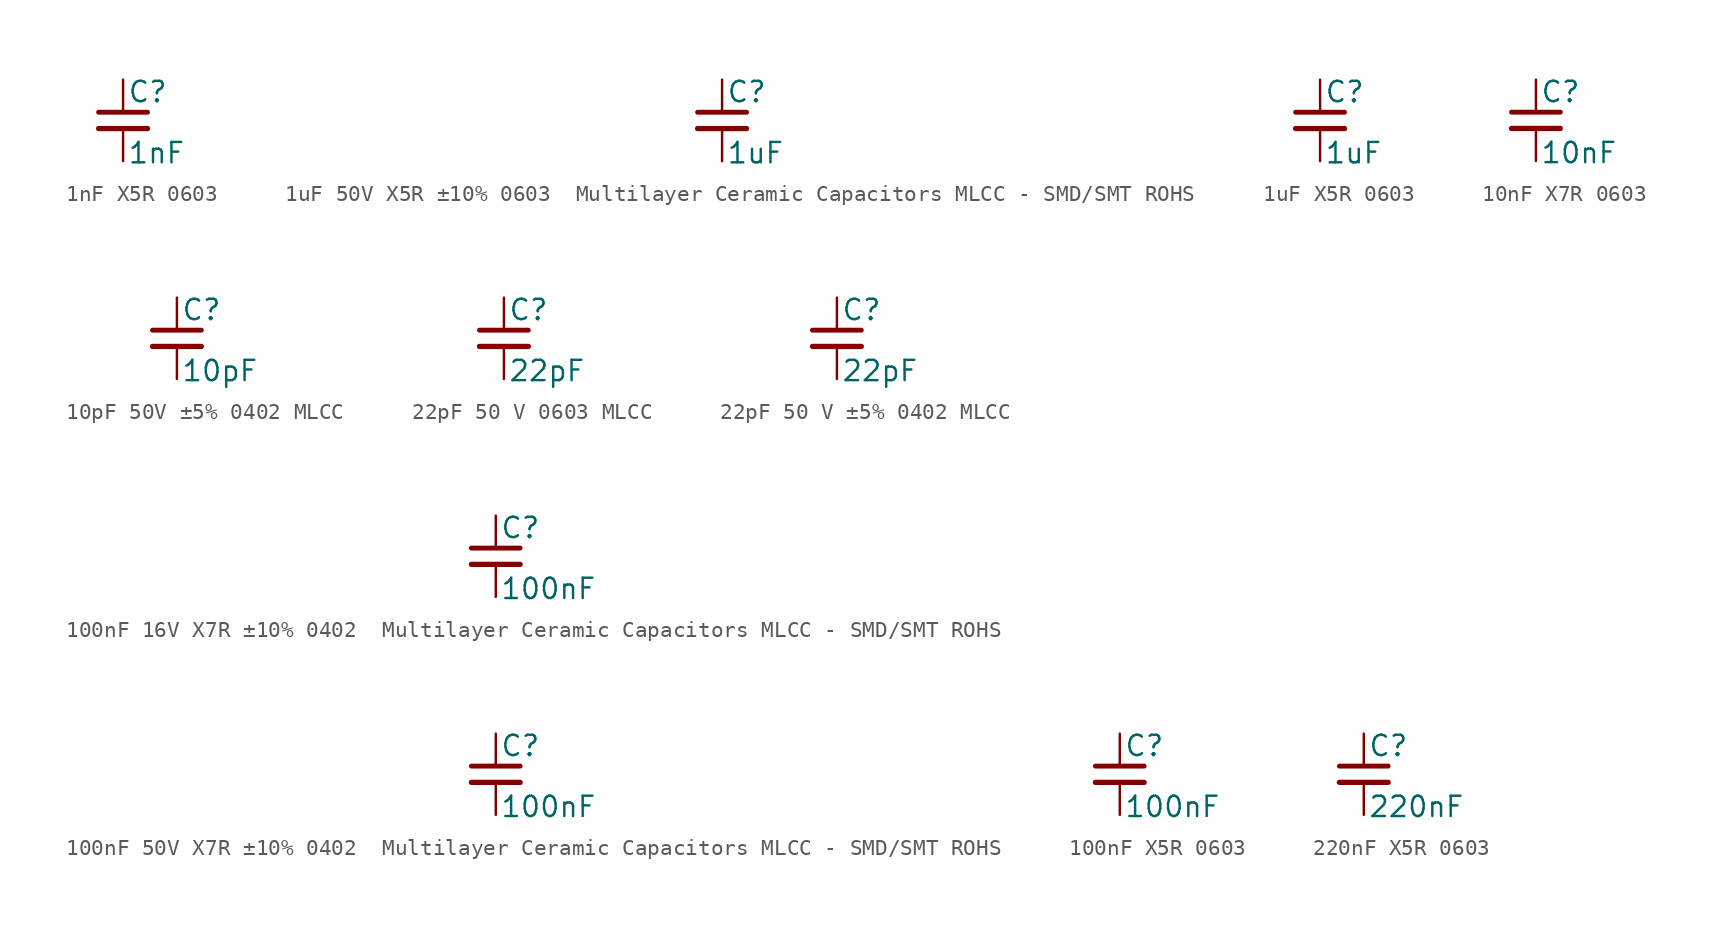
<source format=kicad_sym>
(kicad_symbol_lib
  (version 20231120)
  (generator "kicad_symbol_editor")
  (generator_version "8.0")
  (symbol "1nF X5R 0603"
    (pin_numbers hide)
    (pin_names
      (offset 0.254) hide)
    (property "Reference" "C"
      (at 0.254 1.778 0)
      (effects (font (size 1.27 1.27)) (justify left)))
    (property "Value" "1nF"
      (at 0.254 -2.032 0)
      (effects (font (size 1.27 1.27)) (justify left)))
    (symbol "1nF X5R 0603_0_1"
      (polyline (pts (xy -1.524 -0.508) (xy 1.524 -0.508)) (stroke (width 0.33) (type default)) (fill (type none)))
      (polyline (pts (xy -1.524 0.508) (xy 1.524 0.508)) (stroke (width 0.305) (type default)) (fill (type none))))
    (symbol "1nF X5R 0603_1_1"
      (pin passive line (at 0 2.54 270) (length 2.032) (name "~" (effects (font (size 1.27 1.27)))) (number "1" (effects (font (size 1.27 1.27)))))
      (pin passive line (at 0 -2.54 90) (length 2.032) (name "~" (effects (font (size 1.27 1.27)))) (number "2" (effects (font (size 1.27 1.27)))))))
  (symbol "1uF 50V X5R ±10% 0603  Multilayer Ceramic Capacitors MLCC - SMD/SMT ROHS"
    (pin_numbers hide)
    (pin_names
      (offset 0.254) hide)
    (property "Reference" "C"
      (at 0.254 1.778 0)
      (effects (font (size 1.27 1.27)) (justify left)))
    (property "Value" "1uF"
      (at 0.254 -2.032 0)
      (effects (font (size 1.27 1.27)) (justify left)))
    (symbol "1uF 50V X5R ±10% 0603  Multilayer Ceramic Capacitors MLCC - SMD/SMT ROHS_0_1"
      (polyline (pts (xy -1.524 -0.508) (xy 1.524 -0.508)) (stroke (width 0.33) (type default)) (fill (type none)))
      (polyline (pts (xy -1.524 0.508) (xy 1.524 0.508)) (stroke (width 0.305) (type default)) (fill (type none))))
    (symbol "1uF 50V X5R ±10% 0603  Multilayer Ceramic Capacitors MLCC - SMD/SMT ROHS_1_1"
      (pin passive line (at 0 2.54 270) (length 2.032) (name "~" (effects (font (size 1.27 1.27)))) (number "1" (effects (font (size 1.27 1.27)))))
      (pin passive line (at 0 -2.54 90) (length 2.032) (name "~" (effects (font (size 1.27 1.27)))) (number "2" (effects (font (size 1.27 1.27)))))))
  (symbol "1uF X5R 0603"
    (pin_numbers hide)
    (pin_names
      (offset 0.254) hide)
    (property "Reference" "C"
      (at 0.254 1.778 0)
      (effects (font (size 1.27 1.27)) (justify left)))
    (property "Value" "1uF"
      (at 0.254 -2.032 0)
      (effects (font (size 1.27 1.27)) (justify left)))
    (symbol "1uF X5R 0603_0_1"
      (polyline (pts (xy -1.524 -0.508) (xy 1.524 -0.508)) (stroke (width 0.33) (type default)) (fill (type none)))
      (polyline (pts (xy -1.524 0.508) (xy 1.524 0.508)) (stroke (width 0.305) (type default)) (fill (type none))))
    (symbol "1uF X5R 0603_1_1"
      (pin passive line (at 0 2.54 270) (length 2.032) (name "~" (effects (font (size 1.27 1.27)))) (number "1" (effects (font (size 1.27 1.27)))))
      (pin passive line (at 0 -2.54 90) (length 2.032) (name "~" (effects (font (size 1.27 1.27)))) (number "2" (effects (font (size 1.27 1.27)))))))
  (symbol "10nF X7R 0603"
    (pin_numbers hide)
    (pin_names
      (offset 0.254) hide)
    (property "Reference" "C"
      (at 0.254 1.778 0)
      (effects (font (size 1.27 1.27)) (justify left)))
    (property "Value" "10nF"
      (at 0.254 -2.032 0)
      (effects (font (size 1.27 1.27)) (justify left)))
    (symbol "10nF X7R 0603_0_1"
      (polyline (pts (xy -1.524 -0.508) (xy 1.524 -0.508)) (stroke (width 0.33) (type default)) (fill (type none)))
      (polyline (pts (xy -1.524 0.508) (xy 1.524 0.508)) (stroke (width 0.305) (type default)) (fill (type none))))
    (symbol "10nF X7R 0603_1_1"
      (pin passive line (at 0 2.54 270) (length 2.032) (name "~" (effects (font (size 1.27 1.27)))) (number "1" (effects (font (size 1.27 1.27)))))
      (pin passive line (at 0 -2.54 90) (length 2.032) (name "~" (effects (font (size 1.27 1.27)))) (number "2" (effects (font (size 1.27 1.27)))))))
  (symbol "10pF 50V ±5% 0402 MLCC"
    (pin_numbers hide)
    (pin_names
      (offset 0.254) hide)
    (property "Reference" "C"
      (at 0.254 1.778 0)
      (effects (font (size 1.27 1.27)) (justify left)))
    (property "Value" "10pF"
      (at 0.254 -2.032 0)
      (effects (font (size 1.27 1.27)) (justify left)))
    (symbol "10pF 50V ±5% 0402 MLCC_0_1"
      (polyline (pts (xy -1.524 -0.508) (xy 1.524 -0.508)) (stroke (width 0.33) (type default)) (fill (type none)))
      (polyline (pts (xy -1.524 0.508) (xy 1.524 0.508)) (stroke (width 0.305) (type default)) (fill (type none))))
    (symbol "10pF 50V ±5% 0402 MLCC_1_1"
      (pin passive line (at 0 2.54 270) (length 2.032) (name "~" (effects (font (size 1.27 1.27)))) (number "1" (effects (font (size 1.27 1.27)))))
      (pin passive line (at 0 -2.54 90) (length 2.032) (name "~" (effects (font (size 1.27 1.27)))) (number "2" (effects (font (size 1.27 1.27)))))))
  (symbol "22pF 50 V 0603 MLCC"
    (pin_numbers hide)
    (pin_names
      (offset 0.254) hide)
    (property "Reference" "C"
      (at 0.254 1.778 0)
      (effects (font (size 1.27 1.27)) (justify left)))
    (property "Value" "22pF"
      (at 0.254 -2.032 0)
      (effects (font (size 1.27 1.27)) (justify left)))
    (symbol "22pF 50 V 0603 MLCC_0_1"
      (polyline (pts (xy -1.524 -0.508) (xy 1.524 -0.508)) (stroke (width 0.33) (type default)) (fill (type none)))
      (polyline (pts (xy -1.524 0.508) (xy 1.524 0.508)) (stroke (width 0.305) (type default)) (fill (type none))))
    (symbol "22pF 50 V 0603 MLCC_1_1"
      (pin passive line (at 0 2.54 270) (length 2.032) (name "~" (effects (font (size 1.27 1.27)))) (number "1" (effects (font (size 1.27 1.27)))))
      (pin passive line (at 0 -2.54 90) (length 2.032) (name "~" (effects (font (size 1.27 1.27)))) (number "2" (effects (font (size 1.27 1.27)))))))
  (symbol "22pF 50 V ±5% 0402 MLCC"
    (pin_numbers hide)
    (pin_names
      (offset 0.254) hide)
    (property "Reference" "C"
      (at 0.254 1.778 0)
      (effects (font (size 1.27 1.27)) (justify left)))
    (property "Value" "22pF"
      (at 0.254 -2.032 0)
      (effects (font (size 1.27 1.27)) (justify left)))
    (symbol "22pF 50 V ±5% 0402 MLCC_0_1"
      (polyline (pts (xy -1.524 -0.508) (xy 1.524 -0.508)) (stroke (width 0.33) (type default)) (fill (type none)))
      (polyline (pts (xy -1.524 0.508) (xy 1.524 0.508)) (stroke (width 0.305) (type default)) (fill (type none))))
    (symbol "22pF 50 V ±5% 0402 MLCC_1_1"
      (pin passive line (at 0 2.54 270) (length 2.032) (name "~" (effects (font (size 1.27 1.27)))) (number "1" (effects (font (size 1.27 1.27)))))
      (pin passive line (at 0 -2.54 90) (length 2.032) (name "~" (effects (font (size 1.27 1.27)))) (number "2" (effects (font (size 1.27 1.27)))))))
  (symbol "100nF 16V X7R ±10% 0402  Multilayer Ceramic Capacitors MLCC - SMD/SMT ROHS"
    (pin_numbers hide)
    (pin_names
      (offset 0.254) hide)
    (property "Reference" "C"
      (at 0.254 1.778 0)
      (effects (font (size 1.27 1.27)) (justify left)))
    (property "Value" "100nF"
      (at 0.254 -2.032 0)
      (effects (font (size 1.27 1.27)) (justify left)))
    (symbol "100nF 16V X7R ±10% 0402  Multilayer Ceramic Capacitors MLCC - SMD/SMT ROHS_0_1"
      (polyline (pts (xy -1.524 -0.508) (xy 1.524 -0.508)) (stroke (width 0.33) (type default)) (fill (type none)))
      (polyline (pts (xy -1.524 0.508) (xy 1.524 0.508)) (stroke (width 0.305) (type default)) (fill (type none))))
    (symbol "100nF 16V X7R ±10% 0402  Multilayer Ceramic Capacitors MLCC - SMD/SMT ROHS_1_1"
      (pin passive line (at 0 2.54 270) (length 2.032) (name "~" (effects (font (size 1.27 1.27)))) (number "1" (effects (font (size 1.27 1.27)))))
      (pin passive line (at 0 -2.54 90) (length 2.032) (name "~" (effects (font (size 1.27 1.27)))) (number "2" (effects (font (size 1.27 1.27)))))))
  (symbol "100nF 50V X7R ±10% 0402  Multilayer Ceramic Capacitors MLCC - SMD/SMT ROHS"
    (pin_numbers hide)
    (pin_names
      (offset 0.254) hide)
    (property "Reference" "C"
      (at 0.254 1.778 0)
      (effects (font (size 1.27 1.27)) (justify left)))
    (property "Value" "100nF"
      (at 0.254 -2.032 0)
      (effects (font (size 1.27 1.27)) (justify left)))
    (symbol "100nF 50V X7R ±10% 0402  Multilayer Ceramic Capacitors MLCC - SMD/SMT ROHS_0_1"
      (polyline (pts (xy -1.524 -0.508) (xy 1.524 -0.508)) (stroke (width 0.33) (type default)) (fill (type none)))
      (polyline (pts (xy -1.524 0.508) (xy 1.524 0.508)) (stroke (width 0.305) (type default)) (fill (type none))))
    (symbol "100nF 50V X7R ±10% 0402  Multilayer Ceramic Capacitors MLCC - SMD/SMT ROHS_1_1"
      (pin passive line (at 0 2.54 270) (length 2.032) (name "~" (effects (font (size 1.27 1.27)))) (number "1" (effects (font (size 1.27 1.27)))))
      (pin passive line (at 0 -2.54 90) (length 2.032) (name "~" (effects (font (size 1.27 1.27)))) (number "2" (effects (font (size 1.27 1.27)))))))
  (symbol "100nF X5R 0603"
    (pin_numbers hide)
    (pin_names
      (offset 0.254) hide)
    (property "Reference" "C"
      (at 0.254 1.778 0)
      (effects (font (size 1.27 1.27)) (justify left)))
    (property "Value" "100nF"
      (at 0.254 -2.032 0)
      (effects (font (size 1.27 1.27)) (justify left)))
    (symbol "100nF X5R 0603_0_1"
      (polyline (pts (xy -1.524 -0.508) (xy 1.524 -0.508)) (stroke (width 0.33) (type default)) (fill (type none)))
      (polyline (pts (xy -1.524 0.508) (xy 1.524 0.508)) (stroke (width 0.305) (type default)) (fill (type none))))
    (symbol "100nF X5R 0603_1_1"
      (pin passive line (at 0 2.54 270) (length 2.032) (name "~" (effects (font (size 1.27 1.27)))) (number "1" (effects (font (size 1.27 1.27)))))
      (pin passive line (at 0 -2.54 90) (length 2.032) (name "~" (effects (font (size 1.27 1.27)))) (number "2" (effects (font (size 1.27 1.27)))))))
  (symbol "220nF X5R 0603"
    (pin_numbers hide)
    (pin_names
      (offset 0.254) hide)
    (property "Reference" "C"
      (at 0.254 1.778 0)
      (effects (font (size 1.27 1.27)) (justify left)))
    (property "Value" "220nF"
      (at 0.254 -2.032 0)
      (effects (font (size 1.27 1.27)) (justify left)))
    (symbol "220nF X5R 0603_0_1"
      (polyline (pts (xy -1.524 -0.508) (xy 1.524 -0.508)) (stroke (width 0.33) (type default)) (fill (type none)))
      (polyline (pts (xy -1.524 0.508) (xy 1.524 0.508)) (stroke (width 0.305) (type default)) (fill (type none))))
    (symbol "220nF X5R 0603_1_1"
      (pin passive line (at 0 2.54 270) (length 2.032) (name "~" (effects (font (size 1.27 1.27)))) (number "1" (effects (font (size 1.27 1.27)))))
      (pin passive line (at 0 -2.54 90) (length 2.032) (name "~" (effects (font (size 1.27 1.27)))) (number "2" (effects (font (size 1.27 1.27))))))))
</source>
